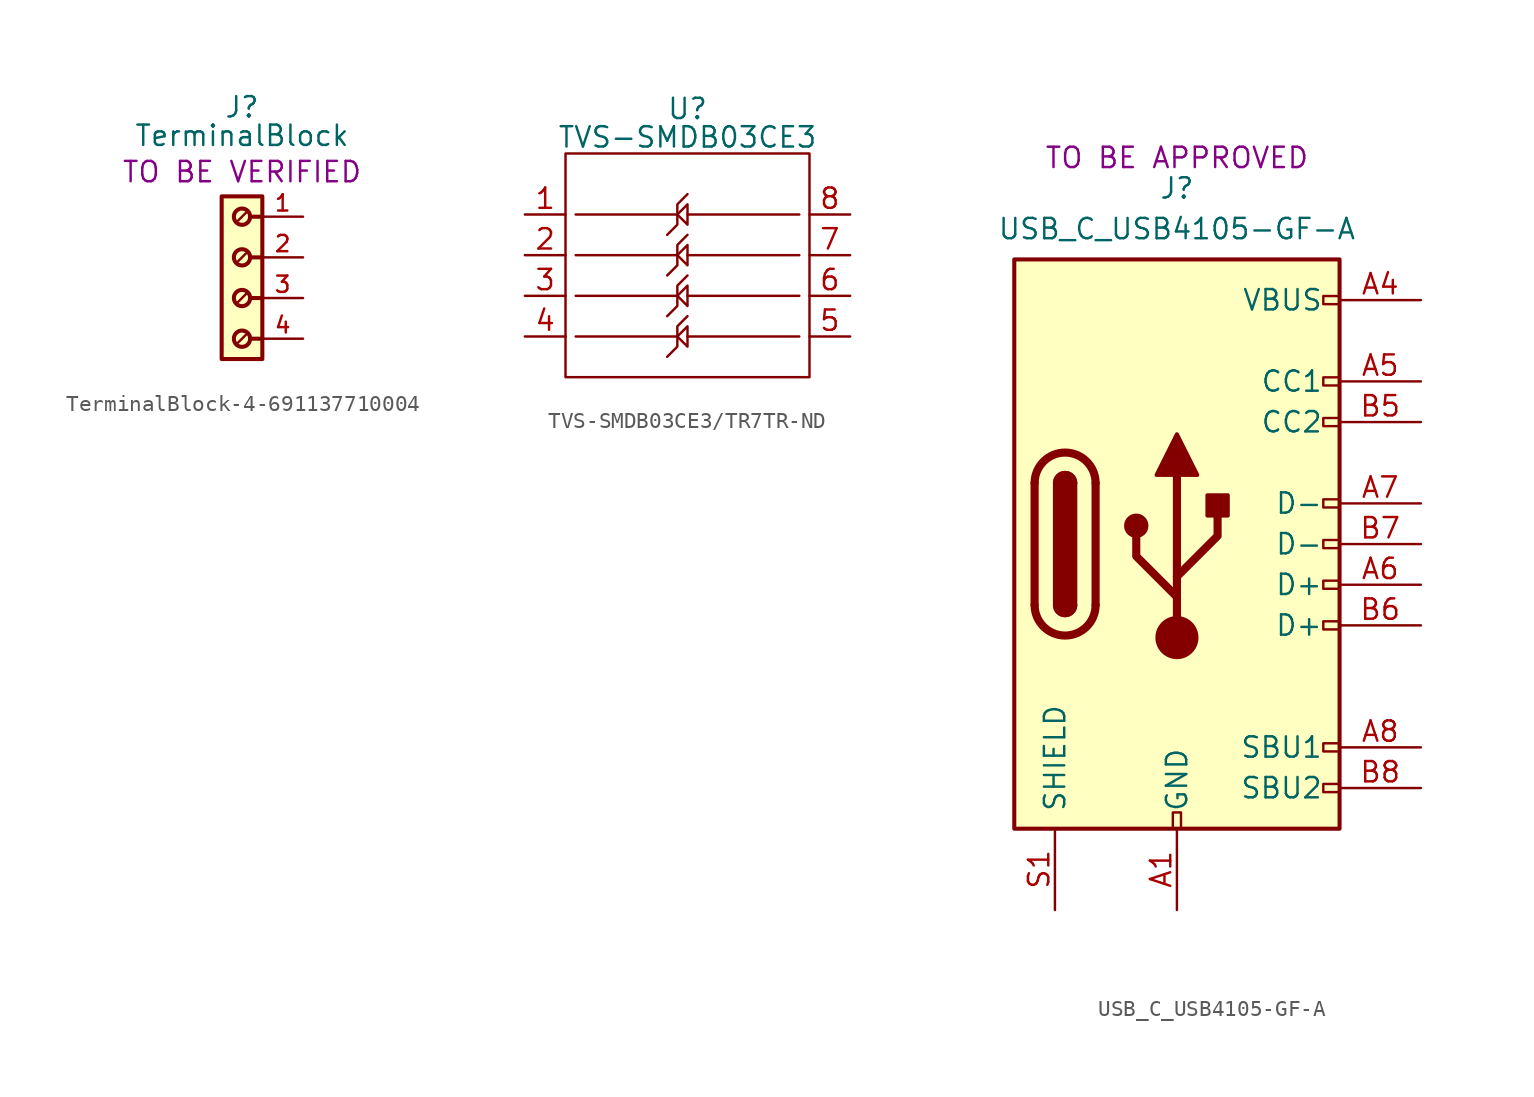
<source format=kicad_sym>
(kicad_symbol_lib
  (version 20231120)
  (generator "kicad_symbol_editor")
  (generator_version "8.0")
  (symbol "TerminalBlock-4-691137710004"
    (pin_names
      (offset 1.016))
    (property "Reference" "J"
      (at 0 3.556 0)
      (do_not_autoplace)
      (effects (font (size 1.27 1.27)) (justify bottom)))
    (property "Value" "TerminalBlock"
      (at 0 1.778 0)
      (do_not_autoplace)
      (effects (font (size 1.27 1.27)) (justify bottom)))
    (property "STATUS" "TO BE VERIFIED"
      (at 0 0.254 0)
      (do_not_autoplace)
      (effects (font (size 1.27 1.27))))
    (symbol "TerminalBlock-4-691137710004_0_0"
      (rectangle (start -1.27 -1.27) (end 1.27 -11.43) (stroke (width 0.254) (type default)) (fill (type background)))
      (circle (center 0 -10.16) (radius 0.508) (stroke (width 0.254) (type default)) (fill (type none)))
      (circle (center 0 -7.62) (radius 0.508) (stroke (width 0.254) (type default)) (fill (type none)))
      (circle (center 0 -5.08) (radius 0.508) (stroke (width 0.254) (type default)) (fill (type none)))
      (circle (center 0 -2.54) (radius 0.508) (stroke (width 0.254) (type default)) (fill (type none)))
      (polyline (pts (xy -0.254 -10.414) (xy 0.254 -9.906)) (stroke (width 0.152) (type default)) (fill (type none)))
      (polyline (pts (xy -0.254 -7.874) (xy 0.254 -7.366)) (stroke (width 0.152) (type default)) (fill (type none)))
      (polyline (pts (xy -0.254 -5.334) (xy 0.254 -4.826)) (stroke (width 0.152) (type default)) (fill (type none)))
      (polyline (pts (xy -0.254 -2.794) (xy 0.254 -2.286)) (stroke (width 0.152) (type default)) (fill (type none)))
      (polyline (pts (xy 0.508 -10.16) (xy 1.27 -10.16)) (stroke (width 0.254) (type default)) (fill (type none)))
      (polyline (pts (xy 0.508 -7.62) (xy 1.27 -7.62)) (stroke (width 0.254) (type default)) (fill (type none)))
      (polyline (pts (xy 0.508 -5.08) (xy 1.27 -5.08)) (stroke (width 0.254) (type default)) (fill (type none)))
      (polyline (pts (xy 0.508 -2.54) (xy 1.27 -2.54)) (stroke (width 0.254) (type default)) (fill (type none)))
      (pin passive line (at 3.81 -2.54 180) (length 2.54) (name "~" (effects (font (size 1.016 1.016)))) (number "1" (effects (font (size 1.016 1.016)))))
      (pin passive line (at 3.81 -5.08 180) (length 2.54) (name "~" (effects (font (size 1.016 1.016)))) (number "2" (effects (font (size 1.016 1.016)))))
      (pin passive line (at 3.81 -7.62 180) (length 2.54) (name "~" (effects (font (size 1.016 1.016)))) (number "3" (effects (font (size 1.016 1.016)))))
      (pin passive line (at 3.81 -10.16 180) (length 2.54) (name "~" (effects (font (size 1.016 1.016)))) (number "4" (effects (font (size 1.016 1.016)))))))
  (symbol "TVS-SMDB03CE3/TR7TR-ND"
    (property "Reference" "U"
      (at 0 2.794 0)
      (do_not_autoplace)
      (effects (font (size 1.27 1.27))))
    (property "Value" "TVS-SMDB03CE3"
      (at 0 1.016 0)
      (do_not_autoplace)
      (effects (font (size 1.27 1.27))))
    (symbol "TVS-SMDB03CE3/TR7TR-ND_0_1"
      (rectangle (start -7.62 0) (end 7.62 -13.97) (stroke (width 0) (type default)) (fill (type none)))
      (polyline (pts (xy -6.985 -11.43) (xy -0.635 -11.43)) (stroke (width 0) (type default)) (fill (type none)))
      (polyline (pts (xy -6.985 -8.89) (xy -0.635 -8.89)) (stroke (width 0) (type default)) (fill (type none)))
      (polyline (pts (xy -6.985 -6.35) (xy -0.635 -6.35)) (stroke (width 0) (type default)) (fill (type none)))
      (polyline (pts (xy -6.985 -3.81) (xy -0.635 -3.81)) (stroke (width 0) (type default)) (fill (type none)))
      (polyline (pts (xy 0 -11.43) (xy 6.985 -11.43)) (stroke (width 0) (type default)) (fill (type none)))
      (polyline (pts (xy 0 -8.89) (xy 6.985 -8.89)) (stroke (width 0) (type default)) (fill (type none)))
      (polyline (pts (xy 0 -6.35) (xy 6.985 -6.35)) (stroke (width 0) (type default)) (fill (type none)))
      (polyline (pts (xy 0 -3.81) (xy 6.985 -3.81)) (stroke (width 0) (type default)) (fill (type none)))
      (polyline (pts (xy -0.635 -11.43) (xy -0.635 -10.795) (xy 0 -10.16)) (stroke (width 0) (type default)) (fill (type none)))
      (polyline (pts (xy -0.635 -8.89) (xy -0.635 -8.255) (xy 0 -7.62)) (stroke (width 0) (type default)) (fill (type none)))
      (polyline (pts (xy -0.635 -6.35) (xy -0.635 -5.715) (xy 0 -5.08)) (stroke (width 0) (type default)) (fill (type none)))
      (polyline (pts (xy -0.635 -3.81) (xy -0.635 -3.175) (xy 0 -2.54)) (stroke (width 0) (type default)) (fill (type none)))
      (polyline (pts (xy -0.635 -11.43) (xy -0.635 -12.065) (xy -0.635 -12.065) (xy -1.27 -12.7)) (stroke (width 0) (type default)) (fill (type none)))
      (polyline (pts (xy -0.635 -11.43) (xy 0 -12.065) (xy 0 -10.795) (xy -0.635 -11.43)) (stroke (width 0) (type default)) (fill (type none)))
      (polyline (pts (xy -0.635 -8.89) (xy -0.635 -9.525) (xy -0.635 -9.525) (xy -1.27 -10.16)) (stroke (width 0) (type default)) (fill (type none)))
      (polyline (pts (xy -0.635 -8.89) (xy 0 -9.525) (xy 0 -8.255) (xy -0.635 -8.89)) (stroke (width 0) (type default)) (fill (type none)))
      (polyline (pts (xy -0.635 -6.35) (xy -0.635 -6.985) (xy -0.635 -6.985) (xy -1.27 -7.62)) (stroke (width 0) (type default)) (fill (type none)))
      (polyline (pts (xy -0.635 -6.35) (xy 0 -6.985) (xy 0 -5.715) (xy -0.635 -6.35)) (stroke (width 0) (type default)) (fill (type none)))
      (polyline (pts (xy -0.635 -3.81) (xy -0.635 -4.445) (xy -0.635 -4.445) (xy -1.27 -5.08)) (stroke (width 0) (type default)) (fill (type none)))
      (polyline (pts (xy -0.635 -3.81) (xy 0 -4.445) (xy 0 -3.175) (xy -0.635 -3.81)) (stroke (width 0) (type default)) (fill (type none))))
    (symbol "TVS-SMDB03CE3/TR7TR-ND_1_1"
      (pin passive line (at -10.16 -3.81 0) (length 2.54) (name "" (effects (font (size 1.27 1.27)))) (number "1" (effects (font (size 1.27 1.27)))))
      (pin passive line (at -10.16 -6.35 0) (length 2.54) (name "" (effects (font (size 1.27 1.27)))) (number "2" (effects (font (size 1.27 1.27)))))
      (pin passive line (at -10.16 -8.89 0) (length 2.54) (name "" (effects (font (size 1.27 1.27)))) (number "3" (effects (font (size 1.27 1.27)))))
      (pin passive line (at -10.16 -11.43 0) (length 2.54) (name "" (effects (font (size 1.27 1.27)))) (number "4" (effects (font (size 1.27 1.27)))))
      (pin passive line (at 10.16 -11.43 180) (length 2.54) (name "" (effects (font (size 1.27 1.27)))) (number "5" (effects (font (size 1.27 1.27)))))
      (pin passive line (at 10.16 -8.89 180) (length 2.54) (name "" (effects (font (size 1.27 1.27)))) (number "6" (effects (font (size 1.27 1.27)))))
      (pin passive line (at 10.16 -6.35 180) (length 2.54) (name "" (effects (font (size 1.27 1.27)))) (number "7" (effects (font (size 1.27 1.27)))))
      (pin passive line (at 10.16 -3.81 180) (length 2.54) (name "" (effects (font (size 1.27 1.27)))) (number "8" (effects (font (size 1.27 1.27)))))))
  (symbol "USB_C_USB4105-GF-A"
    (pin_names
      (offset 1.016))
    (property "Reference" "J"
      (at 0 22.225 0)
      (effects (font (size 1.27 1.27))))
    (property "Value" "USB_C_USB4105-GF-A"
      (at 0 19.685 0)
      (effects (font (size 1.27 1.27))))
    (property "STATUS" "TO BE APPROVED"
      (at 0 24.13 0)
      (effects (font (size 1.27 1.27))))
    (symbol "USB_C_USB4105-GF-A_0_0"
      (rectangle (start -0.254 -17.78) (end 0.254 -16.764) (stroke (width 0) (type default)) (fill (type none)))
      (rectangle (start 10.16 -14.986) (end 9.144 -15.494) (stroke (width 0) (type default)) (fill (type none)))
      (rectangle (start 10.16 -12.446) (end 9.144 -12.954) (stroke (width 0) (type default)) (fill (type none)))
      (rectangle (start 10.16 -4.826) (end 9.144 -5.334) (stroke (width 0) (type default)) (fill (type none)))
      (rectangle (start 10.16 -2.286) (end 9.144 -2.794) (stroke (width 0) (type default)) (fill (type none)))
      (rectangle (start 10.16 0.254) (end 9.144 -0.254) (stroke (width 0) (type default)) (fill (type none)))
      (rectangle (start 10.16 2.794) (end 9.144 2.286) (stroke (width 0) (type default)) (fill (type none)))
      (rectangle (start 10.16 7.874) (end 9.144 7.366) (stroke (width 0) (type default)) (fill (type none)))
      (rectangle (start 10.16 10.414) (end 9.144 9.906) (stroke (width 0) (type default)) (fill (type none)))
      (rectangle (start 10.16 15.494) (end 9.144 14.986) (stroke (width 0) (type default)) (fill (type none))))
    (symbol "USB_C_USB4105-GF-A_0_1"
      (rectangle (start -10.16 17.78) (end 10.16 -17.78) (stroke (width 0.254) (type default)) (fill (type background)))
      (arc (start -8.89 -3.81) (mid -6.985 -5.7067) (end -5.08 -3.81) (stroke (width 0.508) (type default)) (fill (type none)))
      (arc (start -7.62 -3.81) (mid -6.985 -4.4423) (end -6.35 -3.81) (stroke (width 0.254) (type default)) (fill (type none)))
      (arc (start -7.62 -3.81) (mid -6.985 -4.4423) (end -6.35 -3.81) (stroke (width 0.254) (type default)) (fill (type outline)))
      (rectangle (start -7.62 -3.81) (end -6.35 3.81) (stroke (width 0.254) (type default)) (fill (type outline)))
      (arc (start -6.35 3.81) (mid -6.985 4.4423) (end -7.62 3.81) (stroke (width 0.254) (type default)) (fill (type none)))
      (arc (start -6.35 3.81) (mid -6.985 4.4423) (end -7.62 3.81) (stroke (width 0.254) (type default)) (fill (type outline)))
      (arc (start -5.08 3.81) (mid -6.985 5.7067) (end -8.89 3.81) (stroke (width 0.508) (type default)) (fill (type none)))
      (circle (center -2.54 1.143) (radius 0.635) (stroke (width 0.254) (type default)) (fill (type outline)))
      (circle (center 0 -5.842) (radius 1.27) (stroke (width 0) (type default)) (fill (type outline)))
      (polyline (pts (xy -8.89 -3.81) (xy -8.89 3.81)) (stroke (width 0.508) (type default)) (fill (type none)))
      (polyline (pts (xy -5.08 3.81) (xy -5.08 -3.81)) (stroke (width 0.508) (type default)) (fill (type none)))
      (polyline (pts (xy 0 -5.842) (xy 0 4.318)) (stroke (width 0.508) (type default)) (fill (type none)))
      (polyline (pts (xy 0 -3.302) (xy -2.54 -0.762) (xy -2.54 0.508)) (stroke (width 0.508) (type default)) (fill (type none)))
      (polyline (pts (xy 0 -2.032) (xy 2.54 0.508) (xy 2.54 1.778)) (stroke (width 0.508) (type default)) (fill (type none)))
      (polyline (pts (xy -1.27 4.318) (xy 0 6.858) (xy 1.27 4.318) (xy -1.27 4.318)) (stroke (width 0.254) (type default)) (fill (type outline)))
      (rectangle (start 1.905 1.778) (end 3.175 3.048) (stroke (width 0.254) (type default)) (fill (type outline))))
    (symbol "USB_C_USB4105-GF-A_1_1"
      (pin passive line (at 0 -22.86 90) (length 5.08) (name "GND" (effects (font (size 1.27 1.27)))) (number "A1" (effects (font (size 1.27 1.27)))))
      (pin power_in line (at 0 -22.86 90) (length 5.08) hide (name "GND" (effects (font (size 1.27 1.27)))) (number "A12" (effects (font (size 1.27 1.27)))))
      (pin power_in line (at 15.24 15.24 180) (length 5.08) (name "VBUS" (effects (font (size 1.27 1.27)))) (number "A4" (effects (font (size 1.27 1.27)))))
      (pin bidirectional line (at 15.24 10.16 180) (length 5.08) (name "CC1" (effects (font (size 1.27 1.27)))) (number "A5" (effects (font (size 1.27 1.27)))))
      (pin bidirectional line (at 15.24 -2.54 180) (length 5.08) (name "D+" (effects (font (size 1.27 1.27)))) (number "A6" (effects (font (size 1.27 1.27)))))
      (pin bidirectional line (at 15.24 2.54 180) (length 5.08) (name "D-" (effects (font (size 1.27 1.27)))) (number "A7" (effects (font (size 1.27 1.27)))))
      (pin bidirectional line (at 15.24 -12.7 180) (length 5.08) (name "SBU1" (effects (font (size 1.27 1.27)))) (number "A8" (effects (font (size 1.27 1.27)))))
      (pin power_in line (at 15.24 15.24 180) (length 5.08) hide (name "VBUS" (effects (font (size 1.27 1.27)))) (number "A9" (effects (font (size 1.27 1.27)))))
      (pin power_in line (at 0 -22.86 90) (length 5.08) hide (name "GND" (effects (font (size 1.27 1.27)))) (number "B1" (effects (font (size 1.27 1.27)))))
      (pin power_in line (at 0 -22.86 90) (length 5.08) hide (name "GND" (effects (font (size 1.27 1.27)))) (number "B12" (effects (font (size 1.27 1.27)))))
      (pin power_in line (at 15.24 15.24 180) (length 5.08) hide (name "VBUS" (effects (font (size 1.27 1.27)))) (number "B4" (effects (font (size 1.27 1.27)))))
      (pin bidirectional line (at 15.24 7.62 180) (length 5.08) (name "CC2" (effects (font (size 1.27 1.27)))) (number "B5" (effects (font (size 1.27 1.27)))))
      (pin bidirectional line (at 15.24 -5.08 180) (length 5.08) (name "D+" (effects (font (size 1.27 1.27)))) (number "B6" (effects (font (size 1.27 1.27)))))
      (pin bidirectional line (at 15.24 0 180) (length 5.08) (name "D-" (effects (font (size 1.27 1.27)))) (number "B7" (effects (font (size 1.27 1.27)))))
      (pin bidirectional line (at 15.24 -15.24 180) (length 5.08) (name "SBU2" (effects (font (size 1.27 1.27)))) (number "B8" (effects (font (size 1.27 1.27)))))
      (pin power_in line (at 15.24 15.24 180) (length 5.08) hide (name "VBUS" (effects (font (size 1.27 1.27)))) (number "B9" (effects (font (size 1.27 1.27)))))
      (pin power_in line (at -7.62 -22.86 90) (length 5.08) (name "SHIELD" (effects (font (size 1.27 1.27)))) (number "S1" (effects (font (size 1.27 1.27))))))))
</source>
